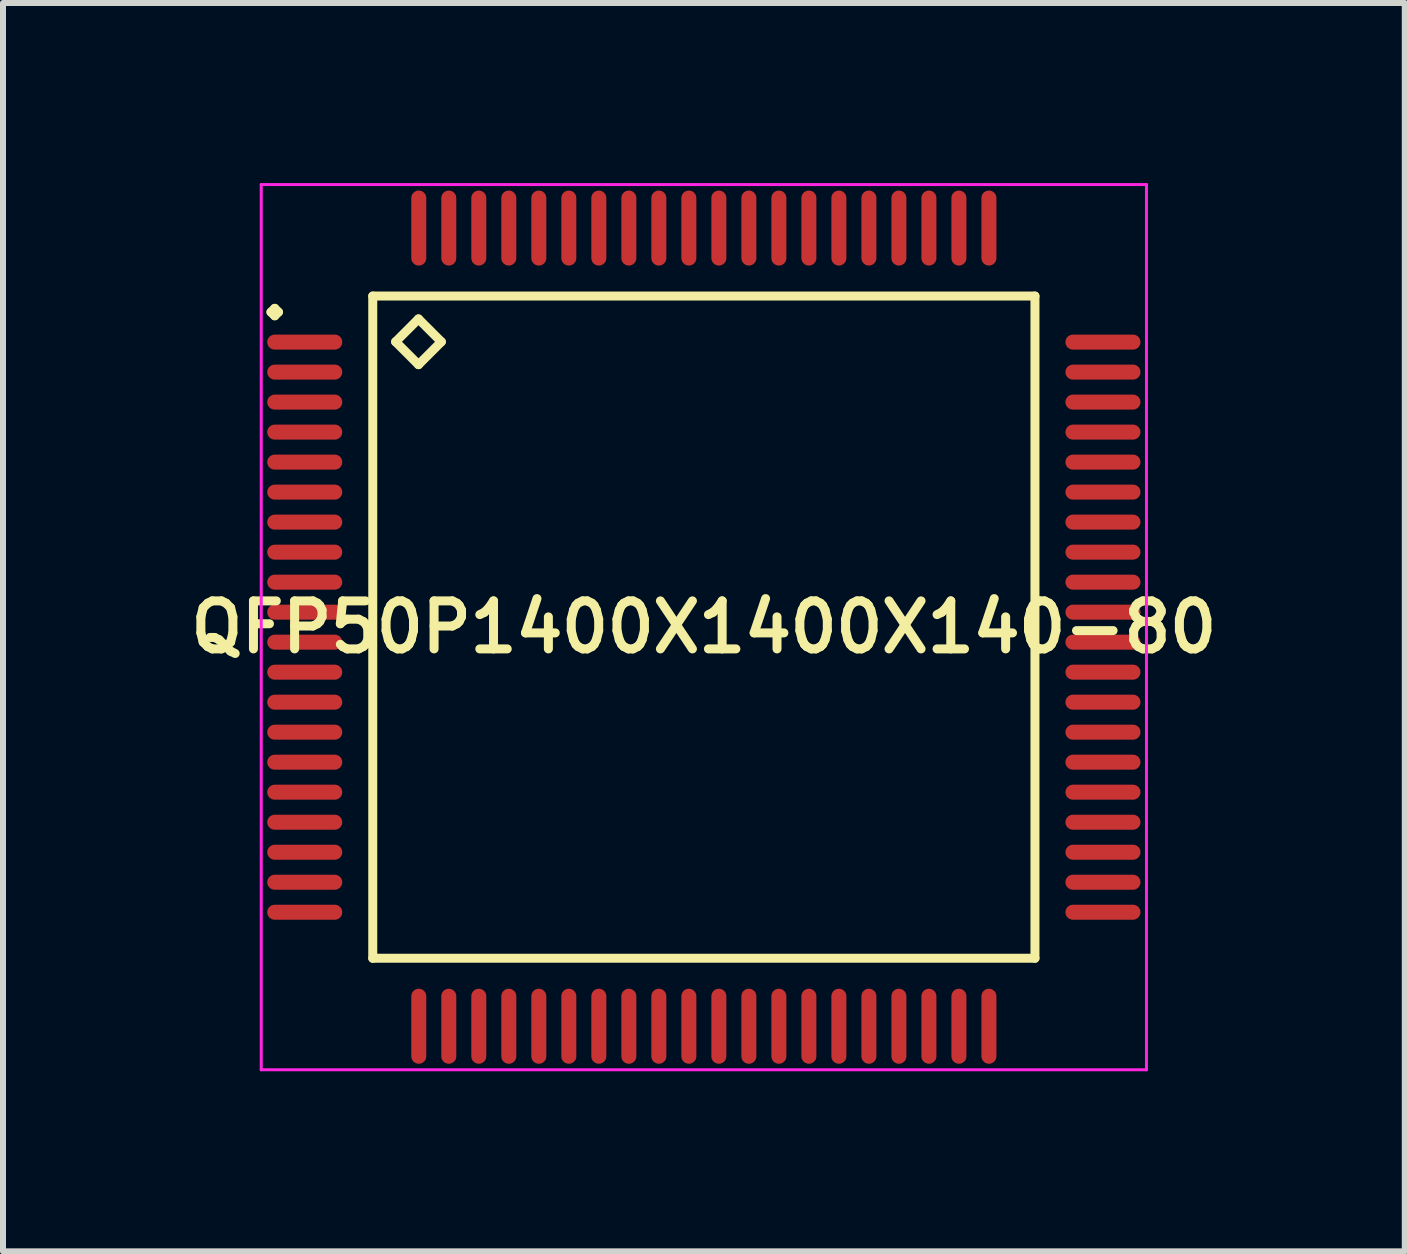
<source format=kicad_pcb>
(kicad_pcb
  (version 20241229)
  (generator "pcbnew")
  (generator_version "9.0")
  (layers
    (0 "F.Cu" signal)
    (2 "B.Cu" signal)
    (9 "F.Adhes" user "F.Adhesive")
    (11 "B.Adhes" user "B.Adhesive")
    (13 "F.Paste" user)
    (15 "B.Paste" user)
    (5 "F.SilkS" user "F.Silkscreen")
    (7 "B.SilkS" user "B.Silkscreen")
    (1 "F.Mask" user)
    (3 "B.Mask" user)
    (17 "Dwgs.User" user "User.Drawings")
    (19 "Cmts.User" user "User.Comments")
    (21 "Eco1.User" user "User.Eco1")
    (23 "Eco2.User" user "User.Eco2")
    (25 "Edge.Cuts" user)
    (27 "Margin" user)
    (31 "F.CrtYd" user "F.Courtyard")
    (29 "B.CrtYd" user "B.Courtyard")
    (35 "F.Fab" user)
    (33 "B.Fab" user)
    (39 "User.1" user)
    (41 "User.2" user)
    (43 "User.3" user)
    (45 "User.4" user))
  (footprint "QFP50P1400X1400X140-80"
    (layer "F.Cu")
    (at 8.678 7.4)
    (property "Reference" "QFP50P1400X1400X140-80" (at 0 0 0) (layer "F.SilkS") (effects (font (size 0.8 0.8) (thickness 0.15))))
    (attr smd)
    (fp_line (start -7.213 -5.25) (end -7.15 -5.312) (stroke (width 0.15) (type solid)) (layer "F.SilkS"))
    (fp_line (start -7.15 -5.312) (end -7.088 -5.25) (stroke (width 0.15) (type solid)) (layer "F.SilkS"))
    (fp_line (start -7.15 -5.188) (end -7.213 -5.25) (stroke (width 0.15) (type solid)) (layer "F.SilkS"))
    (fp_line (start -7.088 -5.25) (end -7.15 -5.188) (stroke (width 0.15) (type solid)) (layer "F.SilkS"))
    (fp_line (start -5.517 -5.517) (end -5.517 5.517) (stroke (width 0.15) (type solid)) (layer "F.SilkS"))
    (fp_line (start -5.517 5.517) (end 5.517 5.517) (stroke (width 0.15) (type solid)) (layer "F.SilkS"))
    (fp_line (start -5.136 -4.755) (end -4.755 -5.136) (stroke (width 0.15) (type solid)) (layer "F.SilkS"))
    (fp_line (start -4.755 -5.136) (end -4.374 -4.755) (stroke (width 0.15) (type solid)) (layer "F.SilkS"))
    (fp_line (start -4.755 -4.374) (end -5.136 -4.755) (stroke (width 0.15) (type solid)) (layer "F.SilkS"))
    (fp_line (start -4.374 -4.755) (end -4.755 -4.374) (stroke (width 0.15) (type solid)) (layer "F.SilkS"))
    (fp_line (start 5.517 -5.517) (end -5.517 -5.517) (stroke (width 0.15) (type solid)) (layer "F.SilkS"))
    (fp_line (start 5.517 5.517) (end 5.517 -5.517) (stroke (width 0.15) (type solid)) (layer "F.SilkS"))
    (fp_line (start -7.375 -7.375) (end 7.375 -7.375) (stroke (width 0.05) (type solid)) (layer "F.CrtYd"))
    (fp_line (start -7.375 7.375) (end -7.375 -7.375) (stroke (width 0.05) (type solid)) (layer "F.CrtYd"))
    (fp_line (start 7.375 -7.375) (end 7.375 7.375) (stroke (width 0.05) (type solid)) (layer "F.CrtYd"))
    (fp_line (start 7.375 7.375) (end -7.375 7.375) (stroke (width 0.05) (type solid)) (layer "F.CrtYd"))
    (pad "1" smd oval (at -6.65 -4.75) (size 1.25 0.25) (layers "F.Cu" "F.Mask" "F.Paste"))
    (pad "2" smd oval (at -6.65 -4.25) (size 1.25 0.25) (layers "F.Cu" "F.Mask" "F.Paste"))
    (pad "3" smd oval (at -6.65 -3.75) (size 1.25 0.25) (layers "F.Cu" "F.Mask" "F.Paste"))
    (pad "4" smd oval (at -6.65 -3.25) (size 1.25 0.25) (layers "F.Cu" "F.Mask" "F.Paste"))
    (pad "5" smd oval (at -6.65 -2.75) (size 1.25 0.25) (layers "F.Cu" "F.Mask" "F.Paste"))
    (pad "6" smd oval (at -6.65 -2.25) (size 1.25 0.25) (layers "F.Cu" "F.Mask" "F.Paste"))
    (pad "7" smd oval (at -6.65 -1.75) (size 1.25 0.25) (layers "F.Cu" "F.Mask" "F.Paste"))
    (pad "8" smd oval (at -6.65 -1.25) (size 1.25 0.25) (layers "F.Cu" "F.Mask" "F.Paste"))
    (pad "9" smd oval (at -6.65 -0.75) (size 1.25 0.25) (layers "F.Cu" "F.Mask" "F.Paste"))
    (pad "10" smd oval (at -6.65 -0.25) (size 1.25 0.25) (layers "F.Cu" "F.Mask" "F.Paste"))
    (pad "11" smd oval (at -6.65 0.25) (size 1.25 0.25) (layers "F.Cu" "F.Mask" "F.Paste"))
    (pad "12" smd oval (at -6.65 0.75) (size 1.25 0.25) (layers "F.Cu" "F.Mask" "F.Paste"))
    (pad "13" smd oval (at -6.65 1.25) (size 1.25 0.25) (layers "F.Cu" "F.Mask" "F.Paste"))
    (pad "14" smd oval (at -6.65 1.75) (size 1.25 0.25) (layers "F.Cu" "F.Mask" "F.Paste"))
    (pad "15" smd oval (at -6.65 2.25) (size 1.25 0.25) (layers "F.Cu" "F.Mask" "F.Paste"))
    (pad "16" smd oval (at -6.65 2.75) (size 1.25 0.25) (layers "F.Cu" "F.Mask" "F.Paste"))
    (pad "17" smd oval (at -6.65 3.25) (size 1.25 0.25) (layers "F.Cu" "F.Mask" "F.Paste"))
    (pad "18" smd oval (at -6.65 3.75) (size 1.25 0.25) (layers "F.Cu" "F.Mask" "F.Paste"))
    (pad "19" smd oval (at -6.65 4.25) (size 1.25 0.25) (layers "F.Cu" "F.Mask" "F.Paste"))
    (pad "20" smd oval (at -6.65 4.75) (size 1.25 0.25) (layers "F.Cu" "F.Mask" "F.Paste"))
    (pad "21" smd oval (at -4.75 6.65) (size 0.25 1.25) (layers "F.Cu" "F.Mask" "F.Paste"))
    (pad "22" smd oval (at -4.25 6.65) (size 0.25 1.25) (layers "F.Cu" "F.Mask" "F.Paste"))
    (pad "23" smd oval (at -3.75 6.65) (size 0.25 1.25) (layers "F.Cu" "F.Mask" "F.Paste"))
    (pad "24" smd oval (at -3.25 6.65) (size 0.25 1.25) (layers "F.Cu" "F.Mask" "F.Paste"))
    (pad "25" smd oval (at -2.75 6.65) (size 0.25 1.25) (layers "F.Cu" "F.Mask" "F.Paste"))
    (pad "26" smd oval (at -2.25 6.65) (size 0.25 1.25) (layers "F.Cu" "F.Mask" "F.Paste"))
    (pad "27" smd oval (at -1.75 6.65) (size 0.25 1.25) (layers "F.Cu" "F.Mask" "F.Paste"))
    (pad "28" smd oval (at -1.25 6.65) (size 0.25 1.25) (layers "F.Cu" "F.Mask" "F.Paste"))
    (pad "29" smd oval (at -0.75 6.65) (size 0.25 1.25) (layers "F.Cu" "F.Mask" "F.Paste"))
    (pad "30" smd oval (at -0.25 6.65) (size 0.25 1.25) (layers "F.Cu" "F.Mask" "F.Paste"))
    (pad "31" smd oval (at 0.25 6.65) (size 0.25 1.25) (layers "F.Cu" "F.Mask" "F.Paste"))
    (pad "32" smd oval (at 0.75 6.65) (size 0.25 1.25) (layers "F.Cu" "F.Mask" "F.Paste"))
    (pad "33" smd oval (at 1.25 6.65) (size 0.25 1.25) (layers "F.Cu" "F.Mask" "F.Paste"))
    (pad "34" smd oval (at 1.75 6.65) (size 0.25 1.25) (layers "F.Cu" "F.Mask" "F.Paste"))
    (pad "35" smd oval (at 2.25 6.65) (size 0.25 1.25) (layers "F.Cu" "F.Mask" "F.Paste"))
    (pad "36" smd oval (at 2.75 6.65) (size 0.25 1.25) (layers "F.Cu" "F.Mask" "F.Paste"))
    (pad "37" smd oval (at 3.25 6.65) (size 0.25 1.25) (layers "F.Cu" "F.Mask" "F.Paste"))
    (pad "38" smd oval (at 3.75 6.65) (size 0.25 1.25) (layers "F.Cu" "F.Mask" "F.Paste"))
    (pad "39" smd oval (at 4.25 6.65) (size 0.25 1.25) (layers "F.Cu" "F.Mask" "F.Paste"))
    (pad "40" smd oval (at 4.75 6.65) (size 0.25 1.25) (layers "F.Cu" "F.Mask" "F.Paste"))
    (pad "41" smd oval (at 6.65 4.75) (size 1.25 0.25) (layers "F.Cu" "F.Mask" "F.Paste"))
    (pad "42" smd oval (at 6.65 4.25) (size 1.25 0.25) (layers "F.Cu" "F.Mask" "F.Paste"))
    (pad "43" smd oval (at 6.65 3.75) (size 1.25 0.25) (layers "F.Cu" "F.Mask" "F.Paste"))
    (pad "44" smd oval (at 6.65 3.25) (size 1.25 0.25) (layers "F.Cu" "F.Mask" "F.Paste"))
    (pad "45" smd oval (at 6.65 2.75) (size 1.25 0.25) (layers "F.Cu" "F.Mask" "F.Paste"))
    (pad "46" smd oval (at 6.65 2.25) (size 1.25 0.25) (layers "F.Cu" "F.Mask" "F.Paste"))
    (pad "47" smd oval (at 6.65 1.75) (size 1.25 0.25) (layers "F.Cu" "F.Mask" "F.Paste"))
    (pad "48" smd oval (at 6.65 1.25) (size 1.25 0.25) (layers "F.Cu" "F.Mask" "F.Paste"))
    (pad "49" smd oval (at 6.65 0.75) (size 1.25 0.25) (layers "F.Cu" "F.Mask" "F.Paste"))
    (pad "50" smd oval (at 6.65 0.25) (size 1.25 0.25) (layers "F.Cu" "F.Mask" "F.Paste"))
    (pad "51" smd oval (at 6.65 -0.25) (size 1.25 0.25) (layers "F.Cu" "F.Mask" "F.Paste"))
    (pad "52" smd oval (at 6.65 -0.75) (size 1.25 0.25) (layers "F.Cu" "F.Mask" "F.Paste"))
    (pad "53" smd oval (at 6.65 -1.25) (size 1.25 0.25) (layers "F.Cu" "F.Mask" "F.Paste"))
    (pad "54" smd oval (at 6.65 -1.75) (size 1.25 0.25) (layers "F.Cu" "F.Mask" "F.Paste"))
    (pad "55" smd oval (at 6.65 -2.25) (size 1.25 0.25) (layers "F.Cu" "F.Mask" "F.Paste"))
    (pad "56" smd oval (at 6.65 -2.75) (size 1.25 0.25) (layers "F.Cu" "F.Mask" "F.Paste"))
    (pad "57" smd oval (at 6.65 -3.25) (size 1.25 0.25) (layers "F.Cu" "F.Mask" "F.Paste"))
    (pad "58" smd oval (at 6.65 -3.75) (size 1.25 0.25) (layers "F.Cu" "F.Mask" "F.Paste"))
    (pad "59" smd oval (at 6.65 -4.25) (size 1.25 0.25) (layers "F.Cu" "F.Mask" "F.Paste"))
    (pad "60" smd oval (at 6.65 -4.75) (size 1.25 0.25) (layers "F.Cu" "F.Mask" "F.Paste"))
    (pad "61" smd oval (at 4.75 -6.65) (size 0.25 1.25) (layers "F.Cu" "F.Mask" "F.Paste"))
    (pad "62" smd oval (at 4.25 -6.65) (size 0.25 1.25) (layers "F.Cu" "F.Mask" "F.Paste"))
    (pad "63" smd oval (at 3.75 -6.65) (size 0.25 1.25) (layers "F.Cu" "F.Mask" "F.Paste"))
    (pad "64" smd oval (at 3.25 -6.65) (size 0.25 1.25) (layers "F.Cu" "F.Mask" "F.Paste"))
    (pad "65" smd oval (at 2.75 -6.65) (size 0.25 1.25) (layers "F.Cu" "F.Mask" "F.Paste"))
    (pad "66" smd oval (at 2.25 -6.65) (size 0.25 1.25) (layers "F.Cu" "F.Mask" "F.Paste"))
    (pad "67" smd oval (at 1.75 -6.65) (size 0.25 1.25) (layers "F.Cu" "F.Mask" "F.Paste"))
    (pad "68" smd oval (at 1.25 -6.65) (size 0.25 1.25) (layers "F.Cu" "F.Mask" "F.Paste"))
    (pad "69" smd oval (at 0.75 -6.65) (size 0.25 1.25) (layers "F.Cu" "F.Mask" "F.Paste"))
    (pad "70" smd oval (at 0.25 -6.65) (size 0.25 1.25) (layers "F.Cu" "F.Mask" "F.Paste"))
    (pad "71" smd oval (at -0.25 -6.65) (size 0.25 1.25) (layers "F.Cu" "F.Mask" "F.Paste"))
    (pad "72" smd oval (at -0.75 -6.65) (size 0.25 1.25) (layers "F.Cu" "F.Mask" "F.Paste"))
    (pad "73" smd oval (at -1.25 -6.65) (size 0.25 1.25) (layers "F.Cu" "F.Mask" "F.Paste"))
    (pad "74" smd oval (at -1.75 -6.65) (size 0.25 1.25) (layers "F.Cu" "F.Mask" "F.Paste"))
    (pad "75" smd oval (at -2.25 -6.65) (size 0.25 1.25) (layers "F.Cu" "F.Mask" "F.Paste"))
    (pad "76" smd oval (at -2.75 -6.65) (size 0.25 1.25) (layers "F.Cu" "F.Mask" "F.Paste"))
    (pad "77" smd oval (at -3.25 -6.65) (size 0.25 1.25) (layers "F.Cu" "F.Mask" "F.Paste"))
    (pad "78" smd oval (at -3.75 -6.65) (size 0.25 1.25) (layers "F.Cu" "F.Mask" "F.Paste"))
    (pad "79" smd oval (at -4.25 -6.65) (size 0.25 1.25) (layers "F.Cu" "F.Mask" "F.Paste"))
    (pad "80" smd oval (at -4.75 -6.65) (size 0.25 1.25) (layers "F.Cu" "F.Mask" "F.Paste")))
  (gr_rect
    (start -3 -3)
    (end 20.357 17.8)
    (stroke (width 0.1) (type default))
    (fill no)
    (layer "Edge.Cuts")))
</source>
